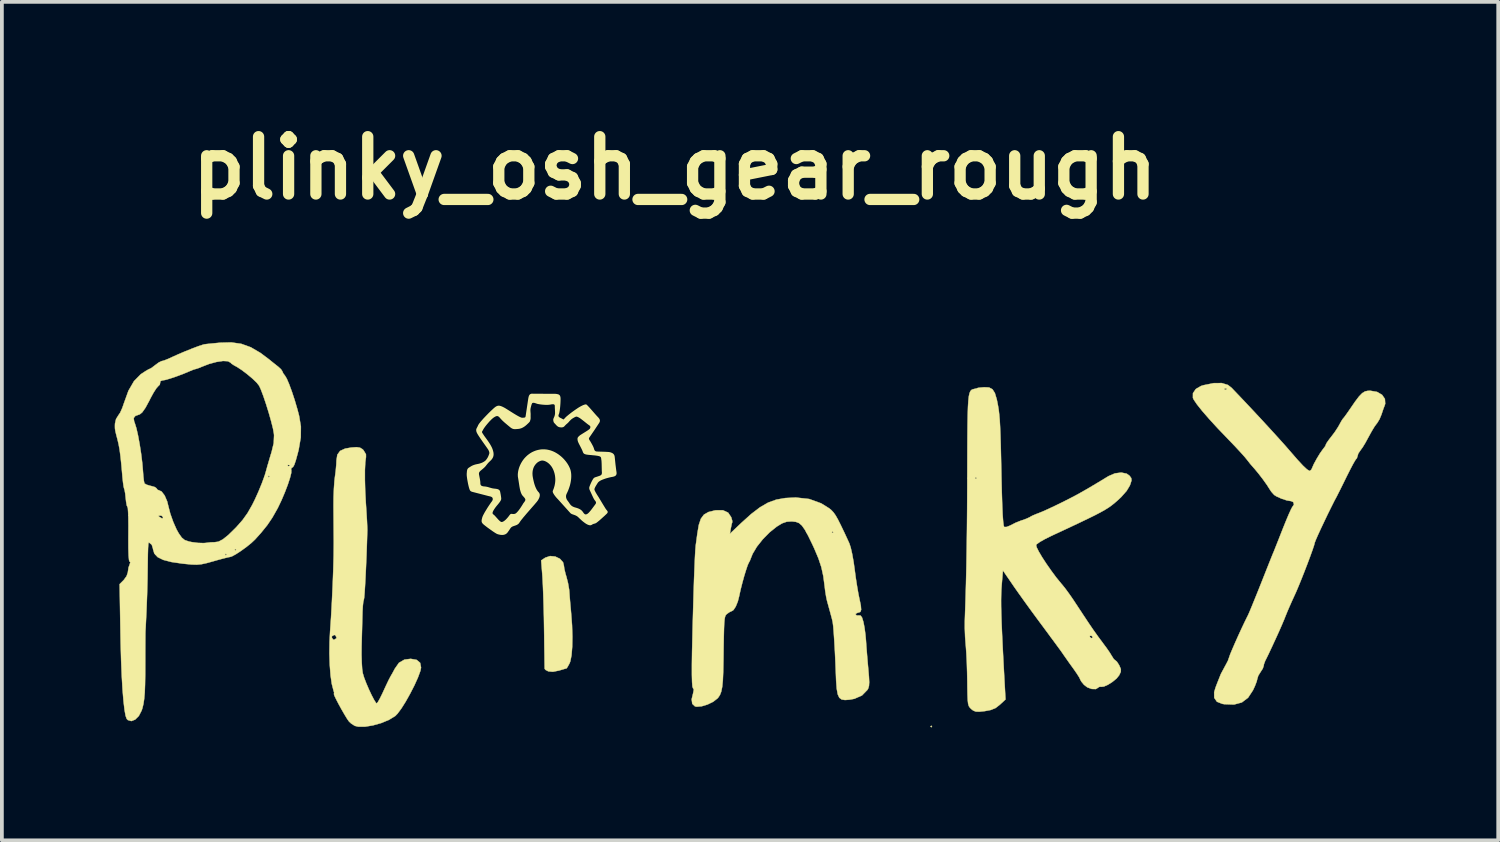
<source format=kicad_pcb>
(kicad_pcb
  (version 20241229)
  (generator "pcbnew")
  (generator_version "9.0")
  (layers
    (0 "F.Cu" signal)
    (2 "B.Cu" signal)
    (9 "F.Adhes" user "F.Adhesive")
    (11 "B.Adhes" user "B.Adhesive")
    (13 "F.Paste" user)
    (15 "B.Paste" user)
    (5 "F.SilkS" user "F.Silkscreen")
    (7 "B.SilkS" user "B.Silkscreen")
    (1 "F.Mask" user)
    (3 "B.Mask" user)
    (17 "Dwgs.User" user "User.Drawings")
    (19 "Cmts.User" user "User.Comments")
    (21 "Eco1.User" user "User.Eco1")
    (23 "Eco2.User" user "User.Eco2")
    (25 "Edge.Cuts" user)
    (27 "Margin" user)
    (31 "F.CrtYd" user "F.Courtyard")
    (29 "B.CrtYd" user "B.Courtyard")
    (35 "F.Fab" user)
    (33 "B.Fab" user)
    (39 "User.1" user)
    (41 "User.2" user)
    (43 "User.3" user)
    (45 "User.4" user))
  (footprint "plinky_osh_gear_rough"
    (layer "F.Cu")
    (at 14.991 11.418)
    (property "Reference" "plinky_osh_gear_rough" (at -0.1 -10 0) (layer "F.SilkS") (effects (font (size 1.524 1.524) (thickness 0.3))))
    (attr through_hole)
    (fp_poly (pts (xy 6.738 4.846) (xy 6.717 4.867) (xy 6.695 4.846) (xy 6.717 4.825) (xy 6.738 4.846)) (stroke (width 0.01) (type solid)) (fill yes) (layer "F.SilkS"))
    (fp_poly (pts (xy -3.279 0.328) (xy -3.156 0.387) (xy -3.072 0.481) (xy -3.05 0.568) (xy -3.038 0.657) (xy -3.006 0.789) (xy -2.983 0.865) (xy -2.94 1.034) (xy -2.91 1.209) (xy -2.905 1.267) (xy -2.896 1.399) (xy -2.88 1.582) (xy -2.862 1.782) (xy -2.857 1.839) (xy -2.833 2.158) (xy -2.824 2.46) (xy -2.829 2.729) (xy -2.847 2.952) (xy -2.879 3.113) (xy -2.899 3.166) (xy -2.947 3.254) (xy -2.976 3.299) (xy -2.978 3.3) (xy -3.02 3.311) (xy -3.117 3.34) (xy -3.178 3.358) (xy -3.342 3.391) (xy -3.463 3.38) (xy -3.463 3.38) (xy -3.538 3.341) (xy -3.561 3.311) (xy -3.562 3.261) (xy -3.564 3.139) (xy -3.566 2.956) (xy -3.57 2.724) (xy -3.573 2.457) (xy -3.576 2.262) (xy -3.581 1.948) (xy -3.589 1.637) (xy -3.598 1.345) (xy -3.608 1.093) (xy -3.618 0.899) (xy -3.622 0.838) (xy -3.654 0.43) (xy -3.543 0.357) (xy -3.416 0.315) (xy -3.279 0.328)) (stroke (width 0.01) (type solid)) (fill yes) (layer "F.SilkS"))
    (fp_poly (pts (xy -8.47 -2.566) (xy -8.403 -2.525) (xy -8.38 -2.503) (xy -8.312 -2.391) (xy -8.311 -2.318) (xy -8.33 -2.177) (xy -8.34 -1.969) (xy -8.34 -1.708) (xy -8.332 -1.411) (xy -8.315 -1.095) (xy -8.311 -1.038) (xy -8.297 -0.819) (xy -8.285 -0.62) (xy -8.278 -0.462) (xy -8.275 -0.366) (xy -8.276 -0.361) (xy -8.286 -0.036) (xy -8.297 0.284) (xy -8.31 0.588) (xy -8.323 0.865) (xy -8.336 1.104) (xy -8.348 1.294) (xy -8.359 1.422) (xy -8.369 1.479) (xy -8.37 1.481) (xy -8.383 1.53) (xy -8.395 1.642) (xy -8.404 1.796) (xy -8.405 1.841) (xy -8.41 2.024) (xy -8.416 2.259) (xy -8.423 2.513) (xy -8.428 2.708) (xy -8.43 2.932) (xy -8.424 3.144) (xy -8.413 3.319) (xy -8.397 3.428) (xy -8.361 3.547) (xy -8.304 3.696) (xy -8.235 3.857) (xy -8.163 4.01) (xy -8.097 4.136) (xy -8.047 4.215) (xy -8.026 4.232) (xy -7.995 4.196) (xy -7.941 4.101) (xy -7.873 3.963) (xy -7.846 3.904) (xy -7.773 3.746) (xy -7.709 3.612) (xy -7.664 3.526) (xy -7.657 3.513) (xy -7.61 3.432) (xy -7.551 3.322) (xy -7.545 3.31) (xy -7.435 3.153) (xy -7.291 3.069) (xy -7.122 3.047) (xy -6.964 3.075) (xy -6.871 3.154) (xy -6.847 3.28) (xy -6.864 3.365) (xy -6.93 3.544) (xy -7.024 3.752) (xy -7.136 3.971) (xy -7.254 4.182) (xy -7.37 4.366) (xy -7.472 4.504) (xy -7.535 4.568) (xy -7.7 4.669) (xy -7.905 4.754) (xy -8.125 4.816) (xy -8.336 4.851) (xy -8.515 4.851) (xy -8.608 4.829) (xy -8.705 4.767) (xy -8.762 4.714) (xy -8.811 4.645) (xy -8.879 4.533) (xy -8.958 4.397) (xy -9.036 4.255) (xy -9.103 4.126) (xy -9.15 4.029) (xy -9.165 3.98) (xy -9.163 3.978) (xy -9.158 3.945) (xy -9.178 3.877) (xy -9.22 3.714) (xy -9.253 3.486) (xy -9.274 3.21) (xy -9.284 2.906) (xy -9.28 2.591) (xy -9.274 2.476) (xy -9.222 2.476) (xy -9.188 2.532) (xy -9.158 2.539) (xy -9.102 2.505) (xy -9.095 2.476) (xy -9.129 2.419) (xy -9.158 2.412) (xy -9.215 2.446) (xy -9.222 2.476) (xy -9.274 2.476) (xy -9.267 2.339) (xy -9.24 1.943) (xy -9.217 1.521) (xy -9.197 1.094) (xy -9.181 0.682) (xy -9.171 0.307) (xy -9.168 -0.01) (xy -9.168 -0.086) (xy -9.17 -0.329) (xy -9.172 -0.612) (xy -9.174 -0.89) (xy -9.175 -1.017) (xy -9.173 -1.246) (xy -9.164 -1.477) (xy -9.15 -1.676) (xy -9.138 -1.779) (xy -9.115 -1.955) (xy -9.1 -2.127) (xy -9.096 -2.228) (xy -9.073 -2.379) (xy -9 -2.48) (xy -8.865 -2.542) (xy -8.702 -2.57) (xy -8.56 -2.58) (xy -8.47 -2.566)) (stroke (width 0.01) (type solid)) (fill yes) (layer "F.SilkS"))
    (fp_poly (pts (xy 3.471 -1.202) (xy 3.791 -1.086) (xy 4.006 -0.952) (xy 4.064 -0.903) (xy 4.117 -0.846) (xy 4.172 -0.769) (xy 4.234 -0.661) (xy 4.31 -0.51) (xy 4.408 -0.306) (xy 4.533 -0.035) (xy 4.539 -0.022) (xy 4.575 0.088) (xy 4.614 0.258) (xy 4.651 0.464) (xy 4.678 0.655) (xy 4.709 0.889) (xy 4.746 1.125) (xy 4.782 1.332) (xy 4.807 1.453) (xy 4.844 1.63) (xy 4.853 1.742) (xy 4.832 1.8) (xy 4.779 1.819) (xy 4.767 1.819) (xy 4.712 1.846) (xy 4.706 1.867) (xy 4.739 1.896) (xy 4.785 1.893) (xy 4.837 1.896) (xy 4.876 1.948) (xy 4.913 2.068) (xy 4.913 2.068) (xy 4.942 2.217) (xy 4.967 2.405) (xy 4.981 2.56) (xy 4.993 2.734) (xy 5.011 2.957) (xy 5.031 3.193) (xy 5.042 3.314) (xy 5.06 3.524) (xy 5.067 3.669) (xy 5.061 3.765) (xy 5.042 3.832) (xy 5.02 3.872) (xy 4.876 4.02) (xy 4.674 4.109) (xy 4.545 4.133) (xy 4.424 4.142) (xy 4.335 4.128) (xy 4.272 4.081) (xy 4.23 3.989) (xy 4.204 3.843) (xy 4.188 3.632) (xy 4.179 3.404) (xy 4.168 3.125) (xy 4.155 2.848) (xy 4.14 2.587) (xy 4.125 2.361) (xy 4.111 2.184) (xy 4.097 2.074) (xy 4.096 2.067) (xy 4.076 1.981) (xy 4.034 1.825) (xy 3.974 1.607) (xy 3.945 1.502) (xy 3.921 1.389) (xy 3.896 1.232) (xy 3.883 1.121) (xy 3.847 0.849) (xy 3.795 0.611) (xy 3.717 0.376) (xy 3.606 0.113) (xy 3.557 0.007) (xy 3.445 -0.223) (xy 3.393 -0.318) (xy 4.071 -0.318) (xy 4.092 -0.297) (xy 4.113 -0.318) (xy 4.092 -0.34) (xy 4.071 -0.318) (xy 3.393 -0.318) (xy 3.355 -0.387) (xy 3.278 -0.496) (xy 3.202 -0.562) (xy 3.119 -0.594) (xy 3.017 -0.606) (xy 3.006 -0.607) (xy 2.874 -0.598) (xy 2.751 -0.555) (xy 2.61 -0.469) (xy 2.42 -0.317) (xy 2.237 -0.131) (xy 2.08 0.067) (xy 1.968 0.255) (xy 1.932 0.344) (xy 1.895 0.439) (xy 1.869 0.486) (xy 1.838 0.552) (xy 1.795 0.679) (xy 1.744 0.844) (xy 1.694 1.026) (xy 1.649 1.203) (xy 1.616 1.352) (xy 1.613 1.369) (xy 1.574 1.522) (xy 1.519 1.657) (xy 1.459 1.749) (xy 1.413 1.778) (xy 1.359 1.802) (xy 1.298 1.844) (xy 1.271 1.865) (xy 1.25 1.892) (xy 1.234 1.933) (xy 1.222 1.998) (xy 1.213 2.098) (xy 1.207 2.242) (xy 1.202 2.439) (xy 1.197 2.7) (xy 1.193 3.035) (xy 1.192 3.089) (xy 1.186 3.391) (xy 1.176 3.621) (xy 1.159 3.792) (xy 1.134 3.917) (xy 1.099 4.008) (xy 1.052 4.079) (xy 1.036 4.097) (xy 0.921 4.187) (xy 0.77 4.261) (xy 0.612 4.309) (xy 0.478 4.32) (xy 0.435 4.311) (xy 0.363 4.243) (xy 0.347 4.122) (xy 0.386 3.961) (xy 0.405 3.862) (xy 0.382 3.827) (xy 0.367 3.781) (xy 0.358 3.662) (xy 0.353 3.469) (xy 0.353 3.197) (xy 0.358 2.845) (xy 0.362 2.693) (xy 0.373 2.201) (xy 0.386 1.741) (xy 0.398 1.318) (xy 0.41 0.941) (xy 0.423 0.617) (xy 0.434 0.353) (xy 0.445 0.157) (xy 0.455 0.037) (xy 0.457 0.02) (xy 0.475 -0.109) (xy 0.495 -0.259) (xy 0.497 -0.276) (xy 0.537 -0.512) (xy 0.592 -0.677) (xy 0.674 -0.787) (xy 0.794 -0.856) (xy 0.964 -0.898) (xy 0.994 -0.903) (xy 1.18 -0.902) (xy 1.317 -0.839) (xy 1.398 -0.718) (xy 1.424 -0.63) (xy 1.427 -0.587) (xy 1.412 -0.54) (xy 1.392 -0.443) (xy 1.388 -0.424) (xy 1.362 -0.276) (xy 1.667 -0.566) (xy 1.931 -0.804) (xy 2.163 -0.981) (xy 2.379 -1.106) (xy 2.597 -1.185) (xy 2.834 -1.227) (xy 3.106 -1.241) (xy 3.118 -1.241) (xy 3.471 -1.202)) (stroke (width 0.01) (type solid)) (fill yes) (layer "F.SilkS"))
    (fp_poly (pts (xy 14.603 -4.234) (xy 14.701 -4.158) (xy 14.965 -3.881) (xy 15.232 -3.598) (xy 15.492 -3.319) (xy 15.734 -3.056) (xy 15.948 -2.821) (xy 16.125 -2.624) (xy 16.253 -2.477) (xy 16.449 -2.251) (xy 16.599 -2.089) (xy 16.705 -1.99) (xy 16.771 -1.95) (xy 16.781 -1.948) (xy 16.821 -1.983) (xy 16.84 -2.022) (xy 16.886 -2.128) (xy 16.962 -2.268) (xy 17.047 -2.409) (xy 17.123 -2.517) (xy 17.139 -2.537) (xy 17.192 -2.608) (xy 17.206 -2.646) (xy 17.231 -2.696) (xy 17.295 -2.786) (xy 17.348 -2.854) (xy 17.449 -2.988) (xy 17.538 -3.125) (xy 17.566 -3.176) (xy 17.621 -3.276) (xy 17.663 -3.339) (xy 17.669 -3.345) (xy 17.705 -3.389) (xy 17.773 -3.483) (xy 17.853 -3.599) (xy 17.988 -3.796) (xy 18.091 -3.931) (xy 18.174 -4.016) (xy 18.249 -4.062) (xy 18.328 -4.079) (xy 18.39 -4.08) (xy 18.568 -4.049) (xy 18.701 -3.972) (xy 18.777 -3.863) (xy 18.785 -3.733) (xy 18.769 -3.684) (xy 18.738 -3.604) (xy 18.698 -3.485) (xy 18.688 -3.454) (xy 18.635 -3.325) (xy 18.571 -3.22) (xy 18.559 -3.206) (xy 18.501 -3.128) (xy 18.424 -3) (xy 18.343 -2.852) (xy 18.342 -2.851) (xy 18.262 -2.703) (xy 18.185 -2.576) (xy 18.128 -2.498) (xy 18.128 -2.497) (xy 18.07 -2.413) (xy 18.053 -2.355) (xy 18.031 -2.284) (xy 18.015 -2.269) (xy 17.983 -2.223) (xy 17.923 -2.118) (xy 17.844 -1.967) (xy 17.755 -1.79) (xy 17.665 -1.606) (xy 17.586 -1.447) (xy 17.526 -1.329) (xy 17.497 -1.271) (xy 17.431 -1.148) (xy 17.349 -0.984) (xy 17.256 -0.796) (xy 17.162 -0.599) (xy 17.072 -0.409) (xy 16.996 -0.243) (xy 16.94 -0.115) (xy 16.912 -0.042) (xy 16.91 -0.033) (xy 16.895 0.025) (xy 16.855 0.146) (xy 16.795 0.312) (xy 16.722 0.508) (xy 16.642 0.716) (xy 16.561 0.921) (xy 16.486 1.105) (xy 16.423 1.254) (xy 16.407 1.29) (xy 16.31 1.502) (xy 16.239 1.662) (xy 16.181 1.797) (xy 16.127 1.93) (xy 16.104 1.989) (xy 16.049 2.12) (xy 15.97 2.301) (xy 15.876 2.508) (xy 15.779 2.718) (xy 15.69 2.908) (xy 15.618 3.055) (xy 15.595 3.099) (xy 15.561 3.191) (xy 15.555 3.231) (xy 15.531 3.304) (xy 15.472 3.396) (xy 15.471 3.397) (xy 15.411 3.494) (xy 15.386 3.575) (xy 15.368 3.649) (xy 15.322 3.769) (xy 15.27 3.882) (xy 15.14 4.08) (xy 14.974 4.206) (xy 14.766 4.262) (xy 14.509 4.253) (xy 14.455 4.244) (xy 14.312 4.188) (xy 14.24 4.084) (xy 14.238 3.934) (xy 14.275 3.809) (xy 14.301 3.741) (xy 14.307 3.724) (xy 14.417 3.448) (xy 14.536 3.226) (xy 14.542 3.216) (xy 14.605 3.096) (xy 14.639 2.997) (xy 14.665 2.923) (xy 14.72 2.792) (xy 14.794 2.621) (xy 14.88 2.429) (xy 14.969 2.235) (xy 15.053 2.058) (xy 15.123 1.916) (xy 15.132 1.9) (xy 15.163 1.831) (xy 15.221 1.694) (xy 15.3 1.5) (xy 15.397 1.261) (xy 15.506 0.988) (xy 15.623 0.692) (xy 15.646 0.634) (xy 15.71 0.473) (xy 15.766 0.333) (xy 15.803 0.242) (xy 15.808 0.232) (xy 15.836 0.163) (xy 15.888 0.032) (xy 15.958 -0.144) (xy 16.038 -0.348) (xy 16.064 -0.414) (xy 16.146 -0.617) (xy 16.219 -0.791) (xy 16.278 -0.92) (xy 16.315 -0.991) (xy 16.322 -0.999) (xy 16.36 -1.058) (xy 16.34 -1.121) (xy 16.286 -1.145) (xy 16.169 -1.165) (xy 16.024 -1.213) (xy 15.892 -1.273) (xy 15.835 -1.309) (xy 15.759 -1.393) (xy 15.714 -1.461) (xy 15.64 -1.577) (xy 15.534 -1.726) (xy 15.416 -1.879) (xy 15.311 -2.006) (xy 15.29 -2.029) (xy 15.196 -2.137) (xy 15.103 -2.256) (xy 15.102 -2.257) (xy 15.039 -2.333) (xy 14.929 -2.455) (xy 14.789 -2.606) (xy 14.63 -2.771) (xy 14.592 -2.811) (xy 14.329 -3.085) (xy 14.103 -3.332) (xy 13.918 -3.545) (xy 13.781 -3.717) (xy 13.696 -3.842) (xy 13.673 -3.89) (xy 13.674 -4.014) (xy 13.748 -4.123) (xy 13.769 -4.136) (xy 14.511 -4.136) (xy 14.517 -4.11) (xy 14.539 -4.107) (xy 14.574 -4.123) (xy 14.568 -4.136) (xy 14.517 -4.141) (xy 14.511 -4.136) (xy 13.769 -4.136) (xy 13.887 -4.206) (xy 13.954 -4.227) (xy 14.226 -4.282) (xy 14.439 -4.284) (xy 14.603 -4.234)) (stroke (width 0.01) (type solid)) (fill yes) (layer "F.SilkS"))
    (fp_poly (pts (xy 8.253 -4.167) (xy 8.343 -4.12) (xy 8.408 -4.019) (xy 8.458 -3.851) (xy 8.471 -3.789) (xy 8.492 -3.68) (xy 8.51 -3.57) (xy 8.524 -3.448) (xy 8.537 -3.303) (xy 8.547 -3.127) (xy 8.556 -2.908) (xy 8.564 -2.636) (xy 8.572 -2.302) (xy 8.581 -1.895) (xy 8.582 -1.821) (xy 8.592 -1.396) (xy 8.603 -1.053) (xy 8.614 -0.791) (xy 8.628 -0.605) (xy 8.642 -0.495) (xy 8.656 -0.458) (xy 8.721 -0.459) (xy 8.818 -0.498) (xy 8.832 -0.506) (xy 8.961 -0.571) (xy 9.109 -0.63) (xy 9.13 -0.636) (xy 9.247 -0.678) (xy 9.332 -0.717) (xy 9.345 -0.726) (xy 9.412 -0.762) (xy 9.523 -0.808) (xy 9.561 -0.822) (xy 9.668 -0.865) (xy 9.827 -0.936) (xy 10.016 -1.025) (xy 10.194 -1.112) (xy 10.385 -1.208) (xy 10.559 -1.299) (xy 10.734 -1.396) (xy 10.928 -1.508) (xy 11.158 -1.645) (xy 11.43 -1.81) (xy 11.599 -1.883) (xy 11.768 -1.905) (xy 11.913 -1.875) (xy 11.989 -1.82) (xy 12.033 -1.758) (xy 12.041 -1.697) (xy 12.012 -1.604) (xy 11.997 -1.562) (xy 11.911 -1.418) (xy 11.764 -1.252) (xy 11.67 -1.164) (xy 11.59 -1.095) (xy 11.514 -1.034) (xy 11.432 -0.975) (xy 11.335 -0.915) (xy 11.216 -0.848) (xy 11.065 -0.769) (xy 10.873 -0.675) (xy 10.633 -0.56) (xy 10.334 -0.419) (xy 9.968 -0.249) (xy 9.901 -0.217) (xy 9.739 -0.137) (xy 9.607 -0.062) (xy 9.524 -0.003) (xy 9.505 0.019) (xy 9.518 0.08) (xy 9.574 0.193) (xy 9.663 0.344) (xy 9.777 0.519) (xy 9.905 0.702) (xy 10.037 0.881) (xy 10.166 1.039) (xy 10.199 1.077) (xy 10.276 1.173) (xy 10.379 1.313) (xy 10.488 1.47) (xy 10.508 1.5) (xy 10.635 1.693) (xy 10.777 1.908) (xy 10.901 2.095) (xy 11.022 2.273) (xy 11.156 2.461) (xy 11.273 2.618) (xy 11.277 2.624) (xy 11.379 2.761) (xy 11.467 2.889) (xy 11.518 2.973) (xy 11.57 3.055) (xy 11.612 3.089) (xy 11.612 3.089) (xy 11.652 3.123) (xy 11.706 3.206) (xy 11.715 3.222) (xy 11.757 3.319) (xy 11.755 3.393) (xy 11.711 3.486) (xy 11.643 3.57) (xy 11.536 3.658) (xy 11.417 3.734) (xy 11.308 3.783) (xy 11.233 3.792) (xy 11.226 3.788) (xy 11.174 3.795) (xy 11.162 3.808) (xy 11.092 3.851) (xy 10.983 3.848) (xy 10.866 3.805) (xy 10.779 3.739) (xy 10.71 3.656) (xy 10.676 3.597) (xy 10.675 3.591) (xy 10.652 3.542) (xy 10.59 3.444) (xy 10.504 3.319) (xy 10.495 3.307) (xy 10.395 3.169) (xy 10.308 3.045) (xy 10.251 2.964) (xy 10.223 2.923) (xy 10.19 2.875) (xy 10.145 2.812) (xy 10.081 2.725) (xy 9.992 2.604) (xy 9.88 2.452) (xy 10.929 2.452) (xy 10.96 2.495) (xy 10.971 2.497) (xy 11.012 2.482) (xy 11.013 2.478) (xy 10.984 2.442) (xy 10.971 2.433) (xy 10.932 2.437) (xy 10.929 2.452) (xy 9.88 2.452) (xy 9.872 2.441) (xy 9.713 2.226) (xy 9.545 2) (xy 9.379 1.774) (xy 9.208 1.538) (xy 9.047 1.313) (xy 8.914 1.124) (xy 8.876 1.068) (xy 8.622 0.698) (xy 8.59 1.079) (xy 8.581 1.203) (xy 8.576 1.335) (xy 8.573 1.483) (xy 8.574 1.655) (xy 8.579 1.86) (xy 8.587 2.106) (xy 8.6 2.403) (xy 8.617 2.759) (xy 8.639 3.183) (xy 8.665 3.661) (xy 8.691 4.127) (xy 8.543 4.264) (xy 8.428 4.354) (xy 8.299 4.407) (xy 8.141 4.437) (xy 7.992 4.453) (xy 7.898 4.449) (xy 7.829 4.42) (xy 7.783 4.384) (xy 7.744 4.346) (xy 7.716 4.304) (xy 7.697 4.241) (xy 7.686 4.144) (xy 7.68 3.999) (xy 7.676 3.79) (xy 7.675 3.661) (xy 7.67 3.402) (xy 7.662 3.141) (xy 7.65 2.904) (xy 7.637 2.719) (xy 7.634 2.687) (xy 7.617 2.468) (xy 7.608 2.228) (xy 7.609 2.031) (xy 7.626 1.53) (xy 7.64 1.052) (xy 7.651 0.582) (xy 7.659 0.103) (xy 7.666 -0.401) (xy 7.671 -0.947) (xy 7.674 -1.552) (xy 7.674 -1.758) (xy 7.881 -1.758) (xy 7.902 -1.737) (xy 7.923 -1.758) (xy 7.902 -1.779) (xy 7.881 -1.758) (xy 7.674 -1.758) (xy 7.675 -1.967) (xy 7.676 -2.446) (xy 7.678 -2.847) (xy 7.681 -3.177) (xy 7.686 -3.444) (xy 7.693 -3.654) (xy 7.703 -3.814) (xy 7.716 -3.932) (xy 7.734 -4.014) (xy 7.756 -4.068) (xy 7.783 -4.1) (xy 7.817 -4.117) (xy 7.857 -4.127) (xy 7.861 -4.128) (xy 7.929 -4.144) (xy 7.944 -4.152) (xy 7.982 -4.16) (xy 8.077 -4.169) (xy 8.126 -4.173) (xy 8.253 -4.167)) (stroke (width 0.01) (type solid)) (fill yes) (layer "F.SilkS"))
    (fp_poly (pts (xy -11.626 -5.327) (xy -11.374 -5.236) (xy -11.116 -5.085) (xy -10.888 -4.914) (xy -10.77 -4.818) (xy -10.657 -4.729) (xy -10.647 -4.721) (xy -10.571 -4.652) (xy -10.536 -4.599) (xy -10.536 -4.597) (xy -10.509 -4.538) (xy -10.466 -4.483) (xy -10.417 -4.401) (xy -10.354 -4.254) (xy -10.282 -4.059) (xy -10.207 -3.832) (xy -10.136 -3.591) (xy -10.089 -3.412) (xy -10.042 -3.129) (xy -10.045 -2.839) (xy -10.1 -2.517) (xy -10.127 -2.411) (xy -10.178 -2.225) (xy -10.218 -2.109) (xy -10.252 -2.05) (xy -10.283 -2.033) (xy -10.303 -2.002) (xy -10.296 -1.972) (xy -10.298 -1.896) (xy -10.332 -1.761) (xy -10.39 -1.584) (xy -10.467 -1.382) (xy -10.556 -1.172) (xy -10.652 -0.971) (xy -10.673 -0.932) (xy -10.8 -0.708) (xy -10.935 -0.508) (xy -11.101 -0.303) (xy -11.261 -0.125) (xy -11.361 -0.031) (xy -11.493 0.075) (xy -11.635 0.178) (xy -11.77 0.266) (xy -11.875 0.323) (xy -11.923 0.338) (xy -11.982 0.349) (xy -12.102 0.379) (xy -12.262 0.422) (xy -12.363 0.451) (xy -12.547 0.502) (xy -12.685 0.532) (xy -12.808 0.544) (xy -12.947 0.54) (xy -13.131 0.522) (xy -13.19 0.516) (xy -13.484 0.473) (xy -13.702 0.416) (xy -13.85 0.343) (xy -13.914 0.274) (xy -12.058 0.274) (xy -12.037 0.295) (xy -12.016 0.274) (xy -12.037 0.253) (xy -12.058 0.274) (xy -13.914 0.274) (xy -13.939 0.247) (xy -13.968 0.147) (xy -11.804 0.147) (xy -11.783 0.168) (xy -11.762 0.147) (xy -11.783 0.126) (xy -11.804 0.147) (xy -13.968 0.147) (xy -13.974 0.127) (xy -13.974 0.119) (xy -14.006 0.015) (xy -14.072 -0.04) (xy -14.09 -0.043) (xy -14.098 -0.003) (xy -14.105 0.106) (xy -14.11 0.269) (xy -14.113 0.471) (xy -14.114 0.539) (xy -14.119 0.909) (xy -14.13 1.333) (xy -14.147 1.776) (xy -14.168 2.208) (xy -14.174 2.306) (xy -14.176 2.375) (xy -14.177 2.513) (xy -14.178 2.704) (xy -14.179 2.931) (xy -14.179 3.113) (xy -14.18 3.458) (xy -14.185 3.732) (xy -14.193 3.946) (xy -14.208 4.113) (xy -14.228 4.247) (xy -14.255 4.359) (xy -14.275 4.42) (xy -14.35 4.565) (xy -14.447 4.662) (xy -14.549 4.702) (xy -14.641 4.675) (xy -14.671 4.645) (xy -14.702 4.562) (xy -14.731 4.4) (xy -14.758 4.166) (xy -14.783 3.865) (xy -14.804 3.503) (xy -14.821 3.087) (xy -14.834 2.622) (xy -14.839 2.362) (xy -14.861 1.062) (xy -14.751 0.952) (xy -14.676 0.849) (xy -14.641 0.745) (xy -14.641 0.735) (xy -14.623 0.617) (xy -14.597 0.547) (xy -14.576 0.479) (xy -14.595 0.465) (xy -14.611 0.423) (xy -14.622 0.304) (xy -14.628 0.111) (xy -14.629 -0.148) (xy -14.628 -0.255) (xy -14.627 -0.492) (xy -14.629 -0.698) (xy -14.631 -0.755) (xy -13.832 -0.755) (xy -13.802 -0.726) (xy -13.794 -0.721) (xy -13.73 -0.684) (xy -13.711 -0.695) (xy -13.709 -0.721) (xy -13.744 -0.756) (xy -13.783 -0.762) (xy -13.832 -0.755) (xy -14.631 -0.755) (xy -14.635 -0.857) (xy -14.642 -0.958) (xy -14.65 -0.985) (xy -14.671 -1.03) (xy -14.689 -1.132) (xy -14.698 -1.214) (xy -14.712 -1.346) (xy -14.729 -1.443) (xy -14.739 -1.47) (xy -14.754 -1.53) (xy -14.771 -1.648) (xy -14.787 -1.8) (xy -14.787 -1.803) (xy -14.813 -2.1) (xy -14.837 -2.33) (xy -14.861 -2.511) (xy -14.888 -2.659) (xy -14.915 -2.774) (xy -14.954 -2.923) (xy -14.976 -3.017) (xy -14.985 -3.083) (xy -14.986 -3.146) (xy -14.984 -3.206) (xy -14.956 -3.327) (xy -14.939 -3.354) (xy -14.488 -3.354) (xy -14.474 -3.262) (xy -14.456 -3.215) (xy -14.415 -3.083) (xy -14.371 -2.889) (xy -14.328 -2.655) (xy -14.289 -2.404) (xy -14.259 -2.158) (xy -14.242 -1.961) (xy -14.23 -1.805) (xy -14.216 -1.683) (xy -14.201 -1.618) (xy -14.2 -1.616) (xy -14.146 -1.583) (xy -14.044 -1.552) (xy -14.027 -1.549) (xy -13.929 -1.521) (xy -13.88 -1.487) (xy -13.879 -1.481) (xy -13.846 -1.442) (xy -13.831 -1.44) (xy -13.745 -1.401) (xy -13.664 -1.295) (xy -13.597 -1.139) (xy -13.566 -1.014) (xy -13.514 -0.813) (xy -13.435 -0.591) (xy -13.346 -0.39) (xy -13.29 -0.29) (xy -13.209 -0.175) (xy -13.13 -0.11) (xy -13.019 -0.072) (xy -12.942 -0.056) (xy -12.781 -0.035) (xy -12.628 -0.03) (xy -12.566 -0.035) (xy -12.441 -0.05) (xy -12.341 -0.053) (xy -12.338 -0.053) (xy -12.235 -0.067) (xy -12.116 -0.129) (xy -11.972 -0.244) (xy -11.791 -0.421) (xy -11.754 -0.459) (xy -11.593 -0.642) (xy -11.461 -0.826) (xy -11.337 -1.043) (xy -11.261 -1.196) (xy -11.167 -1.405) (xy -11.079 -1.62) (xy -11.013 -1.8) (xy -10.915 -1.8) (xy -10.894 -1.779) (xy -10.873 -1.8) (xy -10.894 -1.821) (xy -10.915 -1.8) (xy -11.013 -1.8) (xy -11.009 -1.809) (xy -10.979 -1.909) (xy -10.925 -2.104) (xy -10.393 -2.104) (xy -10.387 -2.078) (xy -10.365 -2.075) (xy -10.33 -2.091) (xy -10.337 -2.104) (xy -10.387 -2.109) (xy -10.393 -2.104) (xy -10.925 -2.104) (xy -10.923 -2.108) (xy -10.859 -2.327) (xy -10.821 -2.451) (xy -10.764 -2.687) (xy -10.755 -2.895) (xy -10.759 -2.938) (xy -10.784 -3.078) (xy -10.833 -3.272) (xy -10.897 -3.497) (xy -10.969 -3.729) (xy -11.042 -3.945) (xy -11.109 -4.121) (xy -11.152 -4.213) (xy -11.217 -4.296) (xy -11.332 -4.406) (xy -11.474 -4.525) (xy -11.622 -4.636) (xy -11.752 -4.72) (xy -11.81 -4.75) (xy -11.886 -4.799) (xy -11.908 -4.824) (xy -11.98 -4.865) (xy -12.111 -4.872) (xy -12.285 -4.846) (xy -12.485 -4.792) (xy -12.678 -4.717) (xy -12.777 -4.677) (xy -12.838 -4.658) (xy -12.841 -4.658) (xy -12.897 -4.642) (xy -12.992 -4.603) (xy -13.004 -4.598) (xy -13.173 -4.527) (xy -13.353 -4.46) (xy -13.52 -4.404) (xy -13.653 -4.366) (xy -13.723 -4.355) (xy -13.78 -4.334) (xy -13.781 -4.303) (xy -13.794 -4.24) (xy -13.832 -4.204) (xy -13.883 -4.147) (xy -13.956 -4.034) (xy -14.038 -3.885) (xy -14.071 -3.818) (xy -14.173 -3.629) (xy -14.26 -3.505) (xy -14.323 -3.454) (xy -14.442 -3.411) (xy -14.488 -3.354) (xy -14.939 -3.354) (xy -14.9 -3.418) (xy -14.845 -3.499) (xy -14.787 -3.63) (xy -14.748 -3.744) (xy -14.627 -4.079) (xy -14.478 -4.336) (xy -14.3 -4.517) (xy -14.278 -4.532) (xy -14.17 -4.603) (xy -14.091 -4.649) (xy -14.068 -4.658) (xy -14.02 -4.682) (xy -13.937 -4.744) (xy -13.913 -4.763) (xy -13.819 -4.832) (xy -13.745 -4.868) (xy -13.735 -4.869) (xy -13.671 -4.887) (xy -13.559 -4.932) (xy -13.453 -4.981) (xy -13.298 -5.051) (xy -13.117 -5.128) (xy -12.932 -5.202) (xy -12.768 -5.264) (xy -12.646 -5.304) (xy -12.609 -5.314) (xy -12.539 -5.323) (xy -12.409 -5.336) (xy -12.244 -5.352) (xy -12.194 -5.357) (xy -11.893 -5.365) (xy -11.626 -5.327)) (stroke (width 0.01) (type solid)) (fill yes) (layer "F.SilkS"))
    (fp_poly (pts (xy -3.886 -4.002) (xy -3.877 -4.001) (xy -3.275 -3.998) (xy -3.247 -3.995) (xy -3.235 -3.993) (xy -3.223 -3.99) (xy -3.211 -3.988) (xy -3.206 -3.986) (xy -3.201 -3.985) (xy -3.196 -3.983) (xy -3.191 -3.981) (xy -3.187 -3.979) (xy -3.183 -3.977) (xy -3.179 -3.974) (xy -3.175 -3.971) (xy -3.171 -3.968) (xy -3.167 -3.965) (xy -3.164 -3.962) (xy -3.161 -3.958) (xy -3.158 -3.954) (xy -3.155 -3.949) (xy -3.153 -3.945) (xy -3.15 -3.94) (xy -3.148 -3.934) (xy -3.146 -3.929) (xy -3.145 -3.922) (xy -3.143 -3.916) (xy -3.142 -3.909) (xy -3.14 -3.902) (xy -3.139 -3.884) (xy -3.138 -3.862) (xy -3.139 -3.807) (xy -3.142 -3.742) (xy -3.147 -3.673) (xy -3.154 -3.606) (xy -3.162 -3.545) (xy -3.167 -3.519) (xy -3.171 -3.497) (xy -3.175 -3.479) (xy -3.18 -3.467) (xy -3.184 -3.457) (xy -3.186 -3.453) (xy -3.187 -3.449) (xy -3.189 -3.445) (xy -3.19 -3.441) (xy -3.191 -3.437) (xy -3.192 -3.433) (xy -3.193 -3.429) (xy -3.193 -3.426) (xy -3.194 -3.422) (xy -3.194 -3.419) (xy -3.194 -3.416) (xy -3.194 -3.412) (xy -3.193 -3.409) (xy -3.193 -3.406) (xy -3.192 -3.404) (xy -3.191 -3.401) (xy -3.19 -3.398) (xy -3.189 -3.395) (xy -3.188 -3.393) (xy -3.186 -3.39) (xy -3.184 -3.388) (xy -3.182 -3.385) (xy -3.18 -3.383) (xy -3.178 -3.381) (xy -3.175 -3.378) (xy -3.172 -3.376) (xy -3.169 -3.374) (xy -3.166 -3.372) (xy -3.163 -3.37) (xy -3.159 -3.368) (xy -3.152 -3.364) (xy -3.146 -3.36) (xy -3.141 -3.358) (xy -3.136 -3.355) (xy -3.128 -3.351) (xy -3.121 -3.348) (xy -3.115 -3.345) (xy -3.111 -3.343) (xy -3.108 -3.342) (xy -3.104 -3.339) (xy -3.099 -3.337) (xy -3.094 -3.334) (xy -3.088 -3.33) (xy -3.082 -3.327) (xy -3.077 -3.324) (xy -3.073 -3.321) (xy -3.071 -3.32) (xy -3.069 -3.32) (xy -3.067 -3.319) (xy -3.065 -3.319) (xy -3.064 -3.319) (xy -3.062 -3.319) (xy -3.06 -3.319) (xy -3.058 -3.319) (xy -3.057 -3.32) (xy -3.055 -3.321) (xy -3.053 -3.322) (xy -3.051 -3.323) (xy -3.047 -3.327) (xy -3.043 -3.331) (xy -3.037 -3.337) (xy -3.008 -3.369) (xy -2.994 -3.383) (xy -2.974 -3.401) (xy -2.916 -3.449) (xy -2.841 -3.507) (xy -2.756 -3.568) (xy -2.712 -3.598) (xy -2.669 -3.627) (xy -2.626 -3.653) (xy -2.585 -3.675) (xy -2.547 -3.694) (xy -2.513 -3.707) (xy -2.497 -3.712) (xy -2.483 -3.715) (xy -2.47 -3.717) (xy -2.458 -3.717) (xy -2.455 -3.716) (xy -2.451 -3.713) (xy -2.44 -3.704) (xy -2.425 -3.691) (xy -2.408 -3.673) (xy -2.366 -3.628) (xy -2.319 -3.575) (xy -2.223 -3.465) (xy -2.183 -3.42) (xy -2.152 -3.387) (xy -2.143 -3.378) (xy -2.135 -3.369) (xy -2.127 -3.36) (xy -2.12 -3.351) (xy -2.113 -3.342) (xy -2.107 -3.333) (xy -2.102 -3.324) (xy -2.1 -3.319) (xy -2.098 -3.314) (xy -2.097 -3.31) (xy -2.095 -3.305) (xy -2.094 -3.301) (xy -2.093 -3.296) (xy -2.093 -3.291) (xy -2.092 -3.287) (xy -2.092 -3.282) (xy -2.092 -3.277) (xy -2.093 -3.272) (xy -2.094 -3.267) (xy -2.095 -3.262) (xy -2.096 -3.257) (xy -2.098 -3.252) (xy -2.1 -3.247) (xy -2.102 -3.242) (xy -2.105 -3.237) (xy -2.124 -3.206) (xy -2.156 -3.158) (xy -2.238 -3.034) (xy -2.364 -2.85) (xy -2.371 -2.84) (xy -2.374 -2.835) (xy -2.377 -2.83) (xy -2.38 -2.826) (xy -2.382 -2.821) (xy -2.382 -2.819) (xy -2.383 -2.817) (xy -2.384 -2.814) (xy -2.384 -2.812) (xy -2.384 -2.809) (xy -2.384 -2.807) (xy -2.384 -2.804) (xy -2.384 -2.801) (xy -2.383 -2.798) (xy -2.382 -2.796) (xy -2.381 -2.792) (xy -2.38 -2.789) (xy -2.379 -2.786) (xy -2.377 -2.782) (xy -2.375 -2.778) (xy -2.373 -2.774) (xy -2.368 -2.766) (xy -2.362 -2.757) (xy -2.347 -2.734) (xy -2.331 -2.707) (xy -2.314 -2.677) (xy -2.297 -2.646) (xy -2.281 -2.616) (xy -2.267 -2.587) (xy -2.262 -2.574) (xy -2.257 -2.561) (xy -2.253 -2.551) (xy -2.25 -2.541) (xy -2.248 -2.533) (xy -2.246 -2.526) (xy -2.244 -2.519) (xy -2.241 -2.512) (xy -2.238 -2.506) (xy -2.237 -2.503) (xy -2.235 -2.5) (xy -2.234 -2.498) (xy -2.232 -2.495) (xy -2.231 -2.493) (xy -2.229 -2.491) (xy -2.227 -2.488) (xy -2.225 -2.486) (xy -2.223 -2.484) (xy -2.221 -2.482) (xy -2.219 -2.481) (xy -2.217 -2.479) (xy -2.215 -2.477) (xy -2.212 -2.476) (xy -2.21 -2.474) (xy -2.207 -2.473) (xy -2.205 -2.472) (xy -2.202 -2.471) (xy -2.199 -2.47) (xy -2.196 -2.469) (xy -2.193 -2.468) (xy -2.19 -2.467) (xy -2.181 -2.465) (xy -2.167 -2.464) (xy -2.126 -2.462) (xy -2.013 -2.459) (xy -1.953 -2.457) (xy -1.897 -2.454) (xy -1.852 -2.451) (xy -1.836 -2.448) (xy -1.824 -2.446) (xy -1.804 -2.44) (xy -1.795 -2.437) (xy -1.785 -2.433) (xy -1.775 -2.428) (xy -1.765 -2.424) (xy -1.756 -2.418) (xy -1.751 -2.415) (xy -1.746 -2.412) (xy -1.742 -2.408) (xy -1.738 -2.405) (xy -1.734 -2.401) (xy -1.73 -2.397) (xy -1.726 -2.392) (xy -1.722 -2.388) (xy -1.719 -2.383) (xy -1.716 -2.377) (xy -1.713 -2.372) (xy -1.71 -2.366) (xy -1.708 -2.36) (xy -1.705 -2.353) (xy -1.703 -2.347) (xy -1.702 -2.339) (xy -1.7 -2.332) (xy -1.699 -2.324) (xy -1.678 -2.122) (xy -1.664 -2.008) (xy -1.658 -1.961) (xy -1.652 -1.924) (xy -1.65 -1.91) (xy -1.65 -1.903) (xy -1.649 -1.896) (xy -1.649 -1.89) (xy -1.649 -1.884) (xy -1.649 -1.878) (xy -1.65 -1.872) (xy -1.651 -1.866) (xy -1.652 -1.861) (xy -1.654 -1.856) (xy -1.655 -1.851) (xy -1.658 -1.847) (xy -1.66 -1.842) (xy -1.662 -1.838) (xy -1.665 -1.834) (xy -1.669 -1.83) (xy -1.672 -1.826) (xy -1.676 -1.823) (xy -1.68 -1.819) (xy -1.685 -1.816) (xy -1.689 -1.813) (xy -1.695 -1.81) (xy -1.7 -1.808) (xy -1.706 -1.805) (xy -1.712 -1.803) (xy -1.718 -1.8) (xy -1.725 -1.798) (xy -1.739 -1.795) (xy -1.755 -1.791) (xy -1.795 -1.784) (xy -1.847 -1.772) (xy -1.905 -1.757) (xy -1.935 -1.748) (xy -1.965 -1.738) (xy -1.995 -1.727) (xy -2.024 -1.716) (xy -2.052 -1.704) (xy -2.077 -1.691) (xy -2.1 -1.677) (xy -2.111 -1.67) (xy -2.12 -1.662) (xy -2.129 -1.655) (xy -2.137 -1.647) (xy -2.143 -1.64) (xy -2.149 -1.632) (xy -2.187 -1.571) (xy -2.204 -1.543) (xy -2.211 -1.53) (xy -2.218 -1.517) (xy -2.224 -1.505) (xy -2.229 -1.493) (xy -2.231 -1.488) (xy -2.233 -1.482) (xy -2.234 -1.477) (xy -2.236 -1.471) (xy -2.237 -1.466) (xy -2.237 -1.461) (xy -2.237 -1.456) (xy -2.237 -1.451) (xy -2.236 -1.446) (xy -2.236 -1.442) (xy -2.234 -1.437) (xy -2.232 -1.433) (xy -2.224 -1.415) (xy -2.216 -1.399) (xy -2.208 -1.384) (xy -2.201 -1.37) (xy -2.193 -1.357) (xy -2.186 -1.345) (xy -2.173 -1.323) (xy -2.145 -1.279) (xy -2.129 -1.255) (xy -2.113 -1.227) (xy -2.072 -1.16) (xy -2.027 -1.085) (xy -1.945 -0.951) (xy -1.941 -0.945) (xy -1.937 -0.939) (xy -1.929 -0.928) (xy -1.921 -0.918) (xy -1.914 -0.908) (xy -1.906 -0.9) (xy -1.9 -0.892) (xy -1.895 -0.884) (xy -1.892 -0.88) (xy -1.89 -0.876) (xy -1.888 -0.873) (xy -1.887 -0.869) (xy -1.886 -0.865) (xy -1.885 -0.861) (xy -1.885 -0.858) (xy -1.885 -0.854) (xy -1.885 -0.85) (xy -1.886 -0.846) (xy -1.888 -0.842) (xy -1.89 -0.837) (xy -1.892 -0.833) (xy -1.895 -0.828) (xy -1.899 -0.823) (xy -1.903 -0.818) (xy -1.908 -0.813) (xy -1.913 -0.807) (xy -1.94 -0.782) (xy -1.97 -0.753) (xy -2.004 -0.723) (xy -2.039 -0.691) (xy -2.075 -0.659) (xy -2.109 -0.629) (xy -2.141 -0.603) (xy -2.17 -0.58) (xy -2.182 -0.571) (xy -2.193 -0.564) (xy -2.202 -0.559) (xy -2.21 -0.555) (xy -2.217 -0.552) (xy -2.223 -0.55) (xy -2.229 -0.548) (xy -2.235 -0.547) (xy -2.248 -0.544) (xy -2.256 -0.542) (xy -2.264 -0.539) (xy -2.274 -0.535) (xy -2.285 -0.53) (xy -2.299 -0.522) (xy -2.314 -0.513) (xy -2.322 -0.509) (xy -2.331 -0.506) (xy -2.341 -0.504) (xy -2.351 -0.504) (xy -2.361 -0.504) (xy -2.372 -0.506) (xy -2.383 -0.508) (xy -2.395 -0.512) (xy -2.407 -0.516) (xy -2.419 -0.521) (xy -2.431 -0.527) (xy -2.443 -0.533) (xy -2.468 -0.548) (xy -2.493 -0.565) (xy -2.518 -0.584) (xy -2.543 -0.603) (xy -2.567 -0.623) (xy -2.589 -0.643) (xy -2.63 -0.681) (xy -2.663 -0.713) (xy -2.67 -0.72) (xy -2.678 -0.726) (xy -2.685 -0.732) (xy -2.692 -0.738) (xy -2.699 -0.743) (xy -2.707 -0.748) (xy -2.714 -0.752) (xy -2.722 -0.756) (xy -2.736 -0.763) (xy -2.751 -0.77) (xy -2.766 -0.775) (xy -2.78 -0.781) (xy -2.808 -0.79) (xy -2.821 -0.795) (xy -2.833 -0.799) (xy -2.845 -0.805) (xy -2.856 -0.811) (xy -2.861 -0.814) (xy -2.866 -0.818) (xy -2.871 -0.821) (xy -2.875 -0.825) (xy -3.211 -1.198) (xy -3.228 -1.215) (xy -3.244 -1.233) (xy -3.259 -1.25) (xy -3.273 -1.267) (xy -3.286 -1.284) (xy -3.298 -1.3) (xy -3.308 -1.315) (xy -3.318 -1.33) (xy -3.326 -1.344) (xy -3.333 -1.357) (xy -3.339 -1.369) (xy -3.341 -1.375) (xy -3.343 -1.381) (xy -3.344 -1.386) (xy -3.346 -1.391) (xy -3.346 -1.396) (xy -3.347 -1.401) (xy -3.347 -1.405) (xy -3.346 -1.409) (xy -3.346 -1.413) (xy -3.345 -1.417) (xy -3.332 -1.45) (xy -3.317 -1.489) (xy -3.304 -1.533) (xy -3.297 -1.557) (xy -3.292 -1.583) (xy -3.287 -1.61) (xy -3.283 -1.638) (xy -3.28 -1.667) (xy -3.278 -1.698) (xy -3.278 -1.729) (xy -3.28 -1.762) (xy -3.283 -1.796) (xy -3.288 -1.831) (xy -3.294 -1.86) (xy -3.3 -1.887) (xy -3.308 -1.913) (xy -3.316 -1.938) (xy -3.325 -1.962) (xy -3.334 -1.984) (xy -3.345 -2.005) (xy -3.355 -2.026) (xy -3.367 -2.045) (xy -3.378 -2.063) (xy -3.391 -2.08) (xy -3.403 -2.095) (xy -3.416 -2.11) (xy -3.429 -2.124) (xy -3.442 -2.137) (xy -3.456 -2.149) (xy -3.469 -2.16) (xy -3.483 -2.17) (xy -3.496 -2.179) (xy -3.509 -2.187) (xy -3.523 -2.195) (xy -3.536 -2.201) (xy -3.548 -2.207) (xy -3.561 -2.212) (xy -3.573 -2.216) (xy -3.585 -2.219) (xy -3.596 -2.221) (xy -3.607 -2.223) (xy -3.617 -2.224) (xy -3.626 -2.224) (xy -3.635 -2.224) (xy -3.643 -2.223) (xy -3.666 -2.218) (xy -3.689 -2.209) (xy -3.713 -2.198) (xy -3.737 -2.184) (xy -3.76 -2.167) (xy -3.782 -2.146) (xy -3.803 -2.123) (xy -3.822 -2.097) (xy -3.831 -2.083) (xy -3.84 -2.068) (xy -3.848 -2.053) (xy -3.855 -2.036) (xy -3.862 -2.019) (xy -3.867 -2.001) (xy -3.872 -1.983) (xy -3.877 -1.963) (xy -3.88 -1.943) (xy -3.883 -1.923) (xy -3.884 -1.901) (xy -3.885 -1.879) (xy -3.884 -1.856) (xy -3.883 -1.832) (xy -3.88 -1.807) (xy -3.876 -1.782) (xy -3.87 -1.751) (xy -3.864 -1.72) (xy -3.857 -1.69) (xy -3.85 -1.66) (xy -3.843 -1.631) (xy -3.835 -1.603) (xy -3.826 -1.576) (xy -3.817 -1.549) (xy -3.807 -1.524) (xy -3.797 -1.5) (xy -3.786 -1.477) (xy -3.775 -1.455) (xy -3.762 -1.434) (xy -3.749 -1.415) (xy -3.736 -1.398) (xy -3.721 -1.382) (xy -3.715 -1.376) (xy -3.71 -1.369) (xy -3.705 -1.362) (xy -3.702 -1.355) (xy -3.698 -1.348) (xy -3.696 -1.34) (xy -3.693 -1.332) (xy -3.692 -1.325) (xy -3.691 -1.316) (xy -3.69 -1.308) (xy -3.691 -1.3) (xy -3.691 -1.292) (xy -3.692 -1.283) (xy -3.694 -1.275) (xy -3.695 -1.266) (xy -3.698 -1.257) (xy -3.703 -1.24) (xy -3.711 -1.222) (xy -3.719 -1.205) (xy -3.728 -1.188) (xy -3.738 -1.171) (xy -3.749 -1.154) (xy -3.761 -1.139) (xy -3.773 -1.123) (xy -3.803 -1.088) (xy -3.836 -1.049) (xy -3.909 -0.966) (xy -3.981 -0.883) (xy -4.043 -0.812) (xy -4.096 -0.749) (xy -4.123 -0.718) (xy -4.148 -0.686) (xy -4.173 -0.656) (xy -4.196 -0.626) (xy -4.216 -0.598) (xy -4.225 -0.584) (xy -4.234 -0.571) (xy -4.238 -0.565) (xy -4.243 -0.559) (xy -4.247 -0.553) (xy -4.252 -0.548) (xy -4.257 -0.543) (xy -4.263 -0.538) (xy -4.268 -0.534) (xy -4.274 -0.53) (xy -4.285 -0.522) (xy -4.297 -0.515) (xy -4.31 -0.509) (xy -4.322 -0.504) (xy -4.335 -0.499) (xy -4.348 -0.495) (xy -4.373 -0.486) (xy -4.397 -0.478) (xy -4.408 -0.473) (xy -4.419 -0.469) (xy -4.428 -0.464) (xy -4.436 -0.458) (xy -4.444 -0.453) (xy -4.45 -0.448) (xy -4.456 -0.442) (xy -4.462 -0.435) (xy -4.468 -0.428) (xy -4.473 -0.42) (xy -4.501 -0.378) (xy -4.521 -0.349) (xy -4.533 -0.332) (xy -4.547 -0.313) (xy -4.554 -0.304) (xy -4.562 -0.295) (xy -4.57 -0.288) (xy -4.579 -0.281) (xy -4.588 -0.275) (xy -4.597 -0.269) (xy -4.606 -0.264) (xy -4.615 -0.26) (xy -4.625 -0.257) (xy -4.634 -0.254) (xy -4.644 -0.251) (xy -4.654 -0.249) (xy -4.664 -0.248) (xy -4.673 -0.247) (xy -4.693 -0.246) (xy -4.712 -0.247) (xy -4.731 -0.249) (xy -4.749 -0.251) (xy -4.765 -0.255) (xy -4.781 -0.258) (xy -4.795 -0.262) (xy -4.818 -0.269) (xy -4.83 -0.274) (xy -4.847 -0.283) (xy -4.869 -0.296) (xy -4.894 -0.312) (xy -4.953 -0.351) (xy -5.017 -0.397) (xy -5.081 -0.443) (xy -5.138 -0.487) (xy -5.182 -0.522) (xy -5.197 -0.536) (xy -5.207 -0.546) (xy -5.214 -0.554) (xy -5.219 -0.562) (xy -5.224 -0.569) (xy -5.228 -0.577) (xy -5.232 -0.584) (xy -5.234 -0.592) (xy -5.236 -0.6) (xy -5.237 -0.609) (xy -5.238 -0.618) (xy -5.237 -0.628) (xy -5.236 -0.638) (xy -5.235 -0.65) (xy -5.232 -0.663) (xy -5.229 -0.677) (xy -5.225 -0.692) (xy -5.221 -0.708) (xy -5.215 -0.727) (xy -5.206 -0.749) (xy -5.195 -0.773) (xy -5.181 -0.799) (xy -5.166 -0.827) (xy -5.15 -0.856) (xy -5.114 -0.915) (xy -5.079 -0.972) (xy -5.045 -1.024) (xy -4.996 -1.096) (xy -4.99 -1.105) (xy -4.984 -1.113) (xy -4.973 -1.127) (xy -4.963 -1.141) (xy -4.958 -1.148) (xy -4.954 -1.155) (xy -4.951 -1.162) (xy -4.947 -1.168) (xy -4.946 -1.172) (xy -4.945 -1.175) (xy -4.944 -1.179) (xy -4.943 -1.183) (xy -4.942 -1.186) (xy -4.941 -1.19) (xy -4.941 -1.194) (xy -4.941 -1.198) (xy -4.941 -1.202) (xy -4.941 -1.206) (xy -4.942 -1.21) (xy -4.943 -1.215) (xy -4.943 -1.219) (xy -4.945 -1.223) (xy -4.946 -1.227) (xy -4.948 -1.23) (xy -4.949 -1.234) (xy -4.951 -1.237) (xy -4.953 -1.24) (xy -4.956 -1.243) (xy -4.958 -1.246) (xy -4.961 -1.248) (xy -4.964 -1.25) (xy -4.967 -1.253) (xy -4.973 -1.257) (xy -4.98 -1.26) (xy -4.988 -1.263) (xy -4.996 -1.266) (xy -5.004 -1.269) (xy -5.012 -1.271) (xy -5.03 -1.275) (xy -5.049 -1.279) (xy -5.466 -1.387) (xy -5.479 -1.39) (xy -5.491 -1.394) (xy -5.501 -1.397) (xy -5.505 -1.399) (xy -5.51 -1.401) (xy -5.514 -1.403) (xy -5.518 -1.405) (xy -5.521 -1.407) (xy -5.524 -1.409) (xy -5.528 -1.411) (xy -5.531 -1.414) (xy -5.533 -1.416) (xy -5.536 -1.419) (xy -5.538 -1.421) (xy -5.541 -1.424) (xy -5.543 -1.427) (xy -5.545 -1.43) (xy -5.549 -1.437) (xy -5.552 -1.444) (xy -5.556 -1.452) (xy -5.559 -1.461) (xy -5.566 -1.481) (xy -5.575 -1.511) (xy -5.586 -1.555) (xy -5.598 -1.608) (xy -5.609 -1.667) (xy -5.62 -1.727) (xy -5.628 -1.785) (xy -5.631 -1.812) (xy -5.633 -1.836) (xy -5.633 -1.859) (xy -5.633 -1.873) (xy -5.308 -1.873) (xy -5.308 -1.866) (xy -5.307 -1.86) (xy -5.306 -1.852) (xy -5.284 -1.738) (xy -5.279 -1.709) (xy -5.275 -1.681) (xy -5.273 -1.667) (xy -5.272 -1.653) (xy -5.271 -1.639) (xy -5.271 -1.625) (xy -5.271 -1.613) (xy -5.27 -1.607) (xy -5.27 -1.602) (xy -5.269 -1.597) (xy -5.267 -1.592) (xy -5.266 -1.587) (xy -5.264 -1.583) (xy -5.263 -1.579) (xy -5.26 -1.575) (xy -5.258 -1.571) (xy -5.256 -1.568) (xy -5.253 -1.565) (xy -5.25 -1.562) (xy -5.247 -1.559) (xy -5.243 -1.556) (xy -5.239 -1.554) (xy -5.235 -1.552) (xy -5.231 -1.55) (xy -5.227 -1.548) (xy -5.217 -1.544) (xy -5.206 -1.542) (xy -5.194 -1.539) (xy -5.181 -1.537) (xy -5.167 -1.536) (xy -5.152 -1.535) (xy -5.137 -1.533) (xy -5.121 -1.531) (xy -5.106 -1.528) (xy -5.092 -1.525) (xy -5.077 -1.522) (xy -5.063 -1.518) (xy -5.035 -1.509) (xy -5.007 -1.501) (xy -4.979 -1.493) (xy -4.965 -1.489) (xy -4.95 -1.486) (xy -4.936 -1.483) (xy -4.922 -1.481) (xy -4.889 -1.477) (xy -4.874 -1.475) (xy -4.859 -1.474) (xy -4.844 -1.471) (xy -4.831 -1.469) (xy -4.824 -1.467) (xy -4.818 -1.466) (xy -4.812 -1.464) (xy -4.806 -1.462) (xy -4.8 -1.46) (xy -4.795 -1.457) (xy -4.789 -1.455) (xy -4.784 -1.452) (xy -4.78 -1.449) (xy -4.775 -1.446) (xy -4.771 -1.442) (xy -4.767 -1.438) (xy -4.763 -1.434) (xy -4.76 -1.43) (xy -4.756 -1.425) (xy -4.753 -1.42) (xy -4.751 -1.414) (xy -4.748 -1.408) (xy -4.746 -1.402) (xy -4.745 -1.395) (xy -4.74 -1.374) (xy -4.736 -1.351) (xy -4.731 -1.327) (xy -4.727 -1.302) (xy -4.723 -1.278) (xy -4.72 -1.254) (xy -4.717 -1.232) (xy -4.716 -1.212) (xy -4.716 -1.206) (xy -4.716 -1.199) (xy -4.718 -1.193) (xy -4.72 -1.186) (xy -4.722 -1.178) (xy -4.725 -1.171) (xy -4.733 -1.155) (xy -4.743 -1.139) (xy -4.754 -1.122) (xy -4.767 -1.105) (xy -4.78 -1.088) (xy -4.808 -1.053) (xy -4.837 -1.019) (xy -4.863 -0.986) (xy -4.874 -0.971) (xy -4.884 -0.957) (xy -4.902 -0.93) (xy -4.91 -0.917) (xy -4.918 -0.904) (xy -4.925 -0.892) (xy -4.931 -0.88) (xy -4.936 -0.869) (xy -4.939 -0.863) (xy -4.94 -0.858) (xy -4.942 -0.853) (xy -4.944 -0.848) (xy -4.945 -0.843) (xy -4.945 -0.838) (xy -4.946 -0.833) (xy -4.946 -0.828) (xy -4.945 -0.824) (xy -4.945 -0.819) (xy -4.944 -0.815) (xy -4.942 -0.811) (xy -4.94 -0.807) (xy -4.938 -0.803) (xy -4.935 -0.8) (xy -4.931 -0.796) (xy -4.927 -0.793) (xy -4.923 -0.79) (xy -4.913 -0.783) (xy -4.903 -0.774) (xy -4.891 -0.763) (xy -4.879 -0.75) (xy -4.854 -0.722) (xy -4.827 -0.692) (xy -4.8 -0.662) (xy -4.787 -0.648) (xy -4.773 -0.634) (xy -4.76 -0.622) (xy -4.747 -0.611) (xy -4.735 -0.602) (xy -4.729 -0.599) (xy -4.723 -0.596) (xy -4.717 -0.593) (xy -4.711 -0.592) (xy -4.705 -0.591) (xy -4.698 -0.591) (xy -4.691 -0.592) (xy -4.684 -0.594) (xy -4.676 -0.597) (xy -4.669 -0.6) (xy -4.661 -0.604) (xy -4.654 -0.608) (xy -4.638 -0.618) (xy -4.622 -0.631) (xy -4.606 -0.644) (xy -4.59 -0.659) (xy -4.575 -0.675) (xy -4.56 -0.691) (xy -4.545 -0.708) (xy -4.532 -0.724) (xy -4.519 -0.74) (xy -4.508 -0.755) (xy -4.498 -0.769) (xy -4.493 -0.775) (xy -4.489 -0.78) (xy -4.485 -0.785) (xy -4.481 -0.79) (xy -4.477 -0.793) (xy -4.473 -0.797) (xy -4.469 -0.799) (xy -4.466 -0.802) (xy -4.462 -0.803) (xy -4.459 -0.805) (xy -4.455 -0.806) (xy -4.452 -0.807) (xy -4.448 -0.807) (xy -4.445 -0.807) (xy -4.437 -0.807) (xy -4.403 -0.803) (xy -4.393 -0.803) (xy -4.387 -0.803) (xy -4.381 -0.803) (xy -4.375 -0.804) (xy -4.369 -0.805) (xy -4.362 -0.806) (xy -4.355 -0.808) (xy -4.347 -0.81) (xy -4.339 -0.814) (xy -4.331 -0.819) (xy -4.322 -0.825) (xy -4.313 -0.833) (xy -4.304 -0.841) (xy -4.286 -0.86) (xy -4.267 -0.882) (xy -4.248 -0.905) (xy -4.23 -0.93) (xy -4.212 -0.955) (xy -4.179 -1.005) (xy -4.152 -1.047) (xy -4.128 -1.088) (xy -4.105 -1.118) (xy -4.096 -1.13) (xy -4.089 -1.142) (xy -4.085 -1.147) (xy -4.083 -1.153) (xy -4.08 -1.158) (xy -4.078 -1.163) (xy -4.077 -1.167) (xy -4.075 -1.172) (xy -4.075 -1.177) (xy -4.074 -1.181) (xy -4.075 -1.186) (xy -4.075 -1.191) (xy -4.076 -1.196) (xy -4.078 -1.2) (xy -4.08 -1.205) (xy -4.082 -1.211) (xy -4.085 -1.216) (xy -4.089 -1.221) (xy -4.093 -1.227) (xy -4.097 -1.233) (xy -4.102 -1.239) (xy -4.108 -1.246) (xy -4.121 -1.261) (xy -4.136 -1.277) (xy -4.151 -1.294) (xy -4.165 -1.314) (xy -4.177 -1.336) (xy -4.187 -1.359) (xy -4.197 -1.385) (xy -4.205 -1.412) (xy -4.213 -1.44) (xy -4.22 -1.471) (xy -4.232 -1.537) (xy -4.243 -1.609) (xy -4.255 -1.688) (xy -4.269 -1.772) (xy -4.273 -1.795) (xy -4.274 -1.818) (xy -4.275 -1.843) (xy -4.274 -1.868) (xy -4.272 -1.894) (xy -4.268 -1.921) (xy -4.264 -1.948) (xy -4.257 -1.976) (xy -4.25 -2.004) (xy -4.241 -2.033) (xy -4.231 -2.061) (xy -4.219 -2.09) (xy -4.206 -2.118) (xy -4.192 -2.147) (xy -4.176 -2.175) (xy -4.159 -2.203) (xy -4.141 -2.23) (xy -4.121 -2.257) (xy -4.1 -2.283) (xy -4.077 -2.308) (xy -4.053 -2.332) (xy -4.028 -2.356) (xy -4.001 -2.378) (xy -3.973 -2.399) (xy -3.944 -2.419) (xy -3.913 -2.438) (xy -3.881 -2.455) (xy -3.847 -2.47) (xy -3.813 -2.484) (xy -3.776 -2.496) (xy -3.739 -2.506) (xy -3.699 -2.514) (xy -3.66 -2.52) (xy -3.621 -2.523) (xy -3.582 -2.523) (xy -3.544 -2.521) (xy -3.506 -2.517) (xy -3.469 -2.51) (xy -3.432 -2.501) (xy -3.396 -2.491) (xy -3.361 -2.478) (xy -3.327 -2.464) (xy -3.293 -2.448) (xy -3.261 -2.43) (xy -3.229 -2.411) (xy -3.198 -2.391) (xy -3.169 -2.369) (xy -3.14 -2.347) (xy -3.112 -2.323) (xy -3.086 -2.299) (xy -3.061 -2.274) (xy -3.037 -2.248) (xy -2.993 -2.195) (xy -2.954 -2.14) (xy -2.922 -2.086) (xy -2.908 -2.058) (xy -2.896 -2.032) (xy -2.885 -2.005) (xy -2.876 -1.979) (xy -2.869 -1.954) (xy -2.864 -1.929) (xy -2.86 -1.905) (xy -2.857 -1.88) (xy -2.855 -1.856) (xy -2.854 -1.832) (xy -2.854 -1.808) (xy -2.854 -1.785) (xy -2.856 -1.761) (xy -2.857 -1.738) (xy -2.863 -1.692) (xy -2.87 -1.648) (xy -2.879 -1.606) (xy -2.889 -1.565) (xy -2.901 -1.527) (xy -2.913 -1.491) (xy -2.925 -1.459) (xy -2.936 -1.429) (xy -2.958 -1.38) (xy -2.974 -1.347) (xy -2.979 -1.335) (xy -2.984 -1.323) (xy -2.988 -1.311) (xy -2.991 -1.298) (xy -2.993 -1.286) (xy -2.993 -1.274) (xy -2.993 -1.261) (xy -2.992 -1.248) (xy -2.989 -1.235) (xy -2.986 -1.223) (xy -2.981 -1.209) (xy -2.976 -1.196) (xy -2.969 -1.183) (xy -2.96 -1.169) (xy -2.951 -1.156) (xy -2.94 -1.142) (xy -2.93 -1.128) (xy -2.92 -1.115) (xy -2.903 -1.089) (xy -2.895 -1.077) (xy -2.886 -1.065) (xy -2.878 -1.054) (xy -2.868 -1.043) (xy -2.858 -1.033) (xy -2.852 -1.028) (xy -2.847 -1.023) (xy -2.84 -1.018) (xy -2.834 -1.014) (xy -2.827 -1.009) (xy -2.819 -1.005) (xy -2.811 -1) (xy -2.802 -0.996) (xy -2.793 -0.992) (xy -2.783 -0.988) (xy -2.773 -0.984) (xy -2.762 -0.98) (xy -2.75 -0.977) (xy -2.737 -0.973) (xy -2.724 -0.97) (xy -2.712 -0.966) (xy -2.701 -0.962) (xy -2.69 -0.959) (xy -2.68 -0.955) (xy -2.67 -0.951) (xy -2.661 -0.948) (xy -2.652 -0.944) (xy -2.644 -0.94) (xy -2.636 -0.936) (xy -2.628 -0.932) (xy -2.621 -0.928) (xy -2.615 -0.924) (xy -2.608 -0.92) (xy -2.602 -0.916) (xy -2.597 -0.912) (xy -2.592 -0.908) (xy -2.587 -0.904) (xy -2.582 -0.9) (xy -2.577 -0.896) (xy -2.569 -0.887) (xy -2.561 -0.878) (xy -2.554 -0.87) (xy -2.547 -0.861) (xy -2.534 -0.842) (xy -2.528 -0.833) (xy -2.522 -0.825) (xy -2.515 -0.818) (xy -2.509 -0.812) (xy -2.506 -0.809) (xy -2.504 -0.806) (xy -2.501 -0.804) (xy -2.498 -0.801) (xy -2.494 -0.799) (xy -2.491 -0.798) (xy -2.488 -0.796) (xy -2.485 -0.795) (xy -2.482 -0.794) (xy -2.479 -0.793) (xy -2.475 -0.792) (xy -2.472 -0.792) (xy -2.469 -0.792) (xy -2.465 -0.792) (xy -2.461 -0.793) (xy -2.458 -0.794) (xy -2.454 -0.795) (xy -2.45 -0.796) (xy -2.446 -0.797) (xy -2.441 -0.799) (xy -2.437 -0.801) (xy -2.432 -0.804) (xy -2.428 -0.806) (xy -2.423 -0.809) (xy -2.412 -0.817) (xy -2.4 -0.827) (xy -2.388 -0.839) (xy -2.374 -0.854) (xy -2.36 -0.87) (xy -2.345 -0.887) (xy -2.316 -0.924) (xy -2.288 -0.961) (xy -2.262 -0.996) (xy -2.224 -1.047) (xy -2.218 -1.055) (xy -2.213 -1.062) (xy -2.208 -1.07) (xy -2.204 -1.076) (xy -2.202 -1.08) (xy -2.201 -1.083) (xy -2.2 -1.086) (xy -2.198 -1.09) (xy -2.197 -1.093) (xy -2.197 -1.096) (xy -2.196 -1.099) (xy -2.196 -1.102) (xy -2.196 -1.106) (xy -2.196 -1.109) (xy -2.196 -1.112) (xy -2.197 -1.115) (xy -2.198 -1.119) (xy -2.199 -1.122) (xy -2.2 -1.126) (xy -2.202 -1.129) (xy -2.204 -1.133) (xy -2.206 -1.137) (xy -2.208 -1.14) (xy -2.21 -1.144) (xy -2.213 -1.148) (xy -2.216 -1.153) (xy -2.224 -1.161) (xy -2.231 -1.171) (xy -2.239 -1.183) (xy -2.247 -1.195) (xy -2.255 -1.209) (xy -2.271 -1.24) (xy -2.287 -1.274) (xy -2.321 -1.348) (xy -2.338 -1.385) (xy -2.355 -1.422) (xy -2.361 -1.434) (xy -2.366 -1.445) (xy -2.369 -1.456) (xy -2.371 -1.46) (xy -2.372 -1.465) (xy -2.373 -1.47) (xy -2.374 -1.474) (xy -2.375 -1.479) (xy -2.375 -1.483) (xy -2.376 -1.487) (xy -2.376 -1.492) (xy -2.376 -1.496) (xy -2.376 -1.5) (xy -2.375 -1.508) (xy -2.374 -1.516) (xy -2.372 -1.523) (xy -2.369 -1.531) (xy -2.366 -1.54) (xy -2.363 -1.548) (xy -2.356 -1.566) (xy -2.347 -1.588) (xy -2.338 -1.609) (xy -2.328 -1.631) (xy -2.318 -1.653) (xy -2.307 -1.675) (xy -2.295 -1.697) (xy -2.283 -1.719) (xy -2.276 -1.729) (xy -2.269 -1.74) (xy -2.264 -1.747) (xy -2.26 -1.753) (xy -2.254 -1.758) (xy -2.249 -1.763) (xy -2.243 -1.767) (xy -2.237 -1.77) (xy -2.231 -1.774) (xy -2.224 -1.777) (xy -2.217 -1.78) (xy -2.209 -1.782) (xy -2.192 -1.788) (xy -2.172 -1.794) (xy -2.148 -1.802) (xy -2.103 -1.818) (xy -2.093 -1.821) (xy -2.083 -1.826) (xy -2.079 -1.828) (xy -2.075 -1.83) (xy -2.071 -1.833) (xy -2.067 -1.835) (xy -2.063 -1.838) (xy -2.06 -1.841) (xy -2.057 -1.844) (xy -2.054 -1.848) (xy -2.051 -1.851) (xy -2.049 -1.855) (xy -2.047 -1.86) (xy -2.045 -1.864) (xy -2.043 -1.869) (xy -2.042 -1.874) (xy -2.041 -1.88) (xy -2.04 -1.886) (xy -2.04 -1.892) (xy -2.039 -1.899) (xy -2.039 -1.906) (xy -2.04 -1.914) (xy -2.042 -1.95) (xy -2.043 -1.992) (xy -2.045 -2.087) (xy -2.046 -2.134) (xy -2.048 -2.177) (xy -2.05 -2.215) (xy -2.052 -2.23) (xy -2.054 -2.243) (xy -2.056 -2.255) (xy -2.057 -2.265) (xy -2.059 -2.283) (xy -2.061 -2.291) (xy -2.063 -2.299) (xy -2.064 -2.302) (xy -2.065 -2.306) (xy -2.066 -2.309) (xy -2.068 -2.312) (xy -2.07 -2.315) (xy -2.072 -2.318) (xy -2.075 -2.32) (xy -2.077 -2.323) (xy -2.08 -2.325) (xy -2.084 -2.328) (xy -2.088 -2.33) (xy -2.092 -2.332) (xy -2.096 -2.334) (xy -2.101 -2.337) (xy -2.107 -2.339) (xy -2.113 -2.341) (xy -2.12 -2.342) (xy -2.127 -2.344) (xy -2.143 -2.348) (xy -2.161 -2.351) (xy -2.181 -2.354) (xy -2.224 -2.36) (xy -2.27 -2.364) (xy -2.318 -2.369) (xy -2.363 -2.373) (xy -2.405 -2.377) (xy -2.44 -2.382) (xy -2.454 -2.384) (xy -2.466 -2.387) (xy -2.476 -2.39) (xy -2.485 -2.393) (xy -2.493 -2.396) (xy -2.5 -2.399) (xy -2.507 -2.402) (xy -2.513 -2.406) (xy -2.515 -2.408) (xy -2.518 -2.41) (xy -2.52 -2.412) (xy -2.523 -2.414) (xy -2.525 -2.416) (xy -2.527 -2.419) (xy -2.529 -2.422) (xy -2.532 -2.425) (xy -2.536 -2.431) (xy -2.539 -2.439) (xy -2.543 -2.447) (xy -2.547 -2.457) (xy -2.551 -2.468) (xy -2.556 -2.48) (xy -2.561 -2.494) (xy -2.568 -2.509) (xy -2.585 -2.544) (xy -2.626 -2.624) (xy -2.647 -2.664) (xy -2.656 -2.683) (xy -2.665 -2.702) (xy -2.672 -2.719) (xy -2.678 -2.735) (xy -2.682 -2.75) (xy -2.685 -2.763) (xy -2.686 -2.774) (xy -2.687 -2.784) (xy -2.688 -2.793) (xy -2.688 -2.798) (xy -2.688 -2.802) (xy -2.688 -2.806) (xy -2.687 -2.81) (xy -2.687 -2.813) (xy -2.686 -2.817) (xy -2.686 -2.82) (xy -2.685 -2.823) (xy -2.684 -2.827) (xy -2.683 -2.83) (xy -2.681 -2.833) (xy -2.68 -2.836) (xy -2.678 -2.839) (xy -2.676 -2.842) (xy -2.674 -2.845) (xy -2.672 -2.848) (xy -2.67 -2.851) (xy -2.667 -2.854) (xy -2.661 -2.86) (xy -2.655 -2.867) (xy -2.647 -2.874) (xy -2.638 -2.882) (xy -2.628 -2.891) (xy -2.613 -2.902) (xy -2.577 -2.925) (xy -2.487 -2.981) (xy -2.442 -3.009) (xy -2.421 -3.023) (xy -2.402 -3.036) (xy -2.386 -3.048) (xy -2.372 -3.059) (xy -2.362 -3.069) (xy -2.359 -3.073) (xy -2.357 -3.078) (xy -2.353 -3.085) (xy -2.351 -3.092) (xy -2.349 -3.096) (xy -2.348 -3.099) (xy -2.348 -3.102) (xy -2.347 -3.105) (xy -2.346 -3.108) (xy -2.346 -3.111) (xy -2.346 -3.114) (xy -2.346 -3.117) (xy -2.346 -3.12) (xy -2.346 -3.122) (xy -2.347 -3.125) (xy -2.347 -3.128) (xy -2.348 -3.13) (xy -2.349 -3.133) (xy -2.351 -3.135) (xy -2.352 -3.138) (xy -2.354 -3.14) (xy -2.356 -3.143) (xy -2.358 -3.145) (xy -2.36 -3.148) (xy -2.363 -3.15) (xy -2.366 -3.153) (xy -2.369 -3.156) (xy -2.372 -3.158) (xy -2.375 -3.161) (xy -2.379 -3.164) (xy -2.387 -3.169) (xy -2.397 -3.176) (xy -2.41 -3.185) (xy -2.441 -3.209) (xy -2.517 -3.27) (xy -2.558 -3.302) (xy -2.596 -3.331) (xy -2.614 -3.344) (xy -2.631 -3.355) (xy -2.645 -3.364) (xy -2.658 -3.371) (xy -2.678 -3.381) (xy -2.687 -3.385) (xy -2.695 -3.388) (xy -2.702 -3.39) (xy -2.705 -3.391) (xy -2.708 -3.391) (xy -2.712 -3.392) (xy -2.715 -3.392) (xy -2.718 -3.392) (xy -2.722 -3.392) (xy -2.725 -3.391) (xy -2.729 -3.39) (xy -2.732 -3.389) (xy -2.736 -3.388) (xy -2.744 -3.385) (xy -2.753 -3.381) (xy -2.763 -3.376) (xy -2.774 -3.37) (xy -2.802 -3.354) (xy -2.809 -3.35) (xy -2.817 -3.345) (xy -2.83 -3.336) (xy -2.843 -3.327) (xy -2.855 -3.317) (xy -2.866 -3.307) (xy -2.876 -3.297) (xy -2.886 -3.287) (xy -2.896 -3.277) (xy -2.932 -3.236) (xy -2.942 -3.226) (xy -2.952 -3.217) (xy -2.963 -3.207) (xy -2.974 -3.198) (xy -2.979 -3.193) (xy -2.985 -3.189) (xy -2.994 -3.18) (xy -3.003 -3.171) (xy -3.011 -3.163) (xy -3.026 -3.147) (xy -3.032 -3.14) (xy -3.039 -3.133) (xy -3.046 -3.127) (xy -3.05 -3.124) (xy -3.053 -3.122) (xy -3.057 -3.119) (xy -3.061 -3.117) (xy -3.065 -3.115) (xy -3.07 -3.113) (xy -3.074 -3.111) (xy -3.079 -3.11) (xy -3.084 -3.109) (xy -3.089 -3.108) (xy -3.095 -3.107) (xy -3.101 -3.106) (xy -3.107 -3.106) (xy -3.114 -3.106) (xy -3.127 -3.106) (xy -3.138 -3.107) (xy -3.149 -3.108) (xy -3.159 -3.109) (xy -3.169 -3.111) (xy -3.178 -3.114) (xy -3.182 -3.115) (xy -3.187 -3.117) (xy -3.191 -3.118) (xy -3.195 -3.12) (xy -3.199 -3.122) (xy -3.203 -3.124) (xy -3.207 -3.127) (xy -3.212 -3.13) (xy -3.22 -3.135) (xy -3.228 -3.142) (xy -3.237 -3.15) (xy -3.246 -3.158) (xy -3.255 -3.168) (xy -3.265 -3.179) (xy -3.275 -3.19) (xy -3.283 -3.199) (xy -3.297 -3.213) (xy -3.302 -3.219) (xy -3.307 -3.225) (xy -3.311 -3.23) (xy -3.315 -3.234) (xy -3.317 -3.239) (xy -3.32 -3.244) (xy -3.322 -3.249) (xy -3.324 -3.255) (xy -3.326 -3.262) (xy -3.327 -3.269) (xy -3.329 -3.278) (xy -3.331 -3.289) (xy -3.332 -3.294) (xy -3.332 -3.3) (xy -3.333 -3.305) (xy -3.332 -3.31) (xy -3.332 -3.315) (xy -3.332 -3.319) (xy -3.33 -3.329) (xy -3.327 -3.338) (xy -3.324 -3.347) (xy -3.316 -3.365) (xy -3.307 -3.386) (xy -3.302 -3.397) (xy -3.298 -3.409) (xy -3.294 -3.422) (xy -3.291 -3.436) (xy -3.288 -3.452) (xy -3.287 -3.46) (xy -3.286 -3.469) (xy -3.285 -3.477) (xy -3.285 -3.486) (xy -3.285 -3.509) (xy -3.286 -3.535) (xy -3.287 -3.562) (xy -3.29 -3.616) (xy -3.291 -3.639) (xy -3.291 -3.657) (xy -3.291 -3.668) (xy -3.291 -3.679) (xy -3.293 -3.688) (xy -3.294 -3.692) (xy -3.295 -3.696) (xy -3.296 -3.699) (xy -3.298 -3.702) (xy -3.3 -3.705) (xy -3.302 -3.708) (xy -3.304 -3.711) (xy -3.307 -3.713) (xy -3.31 -3.715) (xy -3.313 -3.716) (xy -3.316 -3.718) (xy -3.32 -3.719) (xy -3.325 -3.72) (xy -3.329 -3.72) (xy -3.334 -3.721) (xy -3.339 -3.721) (xy -3.351 -3.721) (xy -3.364 -3.72) (xy -3.379 -3.718) (xy -3.396 -3.715) (xy -3.415 -3.711) (xy -3.436 -3.708) (xy -3.459 -3.706) (xy -3.484 -3.704) (xy -3.51 -3.704) (xy -3.537 -3.705) (xy -3.564 -3.706) (xy -3.592 -3.708) (xy -3.619 -3.71) (xy -3.67 -3.716) (xy -3.715 -3.723) (xy -3.751 -3.73) (xy -3.764 -3.734) (xy -3.773 -3.737) (xy -3.781 -3.74) (xy -3.79 -3.743) (xy -3.799 -3.746) (xy -3.808 -3.749) (xy -3.817 -3.752) (xy -3.827 -3.755) (xy -3.836 -3.757) (xy -3.845 -3.758) (xy -3.854 -3.759) (xy -3.858 -3.759) (xy -3.862 -3.759) (xy -3.866 -3.759) (xy -3.87 -3.759) (xy -3.874 -3.758) (xy -3.877 -3.758) (xy -3.88 -3.757) (xy -3.883 -3.755) (xy -3.886 -3.754) (xy -3.889 -3.752) (xy -3.891 -3.75) (xy -3.893 -3.748) (xy -3.895 -3.746) (xy -3.896 -3.743) (xy -3.902 -3.731) (xy -3.906 -3.721) (xy -3.91 -3.71) (xy -3.913 -3.699) (xy -3.917 -3.687) (xy -3.921 -3.671) (xy -3.932 -3.629) (xy -3.935 -3.615) (xy -3.937 -3.601) (xy -3.939 -3.588) (xy -3.939 -3.575) (xy -3.94 -3.561) (xy -3.94 -3.548) (xy -3.938 -3.522) (xy -3.934 -3.468) (xy -3.934 -3.454) (xy -3.934 -3.44) (xy -3.934 -3.425) (xy -3.935 -3.41) (xy -3.935 -3.403) (xy -3.934 -3.392) (xy -3.934 -3.379) (xy -3.934 -3.365) (xy -3.934 -3.35) (xy -3.935 -3.343) (xy -3.935 -3.335) (xy -3.936 -3.328) (xy -3.937 -3.321) (xy -3.939 -3.315) (xy -3.94 -3.309) (xy -3.943 -3.301) (xy -3.945 -3.295) (xy -3.947 -3.284) (xy -3.949 -3.279) (xy -3.95 -3.275) (xy -3.951 -3.271) (xy -3.953 -3.267) (xy -3.955 -3.263) (xy -3.958 -3.259) (xy -3.961 -3.255) (xy -3.964 -3.25) (xy -3.969 -3.245) (xy -3.974 -3.239) (xy -3.981 -3.232) (xy -3.988 -3.224) (xy -4.013 -3.201) (xy -4.039 -3.176) (xy -4.054 -3.163) (xy -4.069 -3.151) (xy -4.084 -3.138) (xy -4.101 -3.127) (xy -4.118 -3.116) (xy -4.135 -3.105) (xy -4.154 -3.096) (xy -4.172 -3.087) (xy -4.192 -3.08) (xy -4.212 -3.074) (xy -4.233 -3.069) (xy -4.243 -3.067) (xy -4.254 -3.066) (xy -4.294 -3.062) (xy -4.312 -3.061) (xy -4.328 -3.06) (xy -4.343 -3.059) (xy -4.357 -3.059) (xy -4.371 -3.06) (xy -4.383 -3.062) (xy -4.389 -3.063) (xy -4.396 -3.064) (xy -4.402 -3.066) (xy -4.407 -3.068) (xy -4.413 -3.07) (xy -4.419 -3.072) (xy -4.425 -3.075) (xy -4.431 -3.078) (xy -4.437 -3.081) (xy -4.443 -3.085) (xy -4.456 -3.093) (xy -4.469 -3.103) (xy -4.483 -3.114) (xy -4.546 -3.166) (xy -4.58 -3.195) (xy -4.616 -3.225) (xy -4.65 -3.255) (xy -4.682 -3.285) (xy -4.697 -3.3) (xy -4.711 -3.315) (xy -4.725 -3.329) (xy -4.736 -3.342) (xy -4.747 -3.355) (xy -4.757 -3.366) (xy -4.767 -3.376) (xy -4.776 -3.385) (xy -4.781 -3.389) (xy -4.785 -3.392) (xy -4.79 -3.395) (xy -4.794 -3.398) (xy -4.798 -3.4) (xy -4.803 -3.402) (xy -4.807 -3.404) (xy -4.812 -3.405) (xy -4.817 -3.406) (xy -4.821 -3.406) (xy -4.826 -3.406) (xy -4.831 -3.406) (xy -4.836 -3.406) (xy -4.841 -3.405) (xy -4.847 -3.403) (xy -4.853 -3.402) (xy -4.858 -3.399) (xy -4.864 -3.397) (xy -4.871 -3.394) (xy -4.877 -3.391) (xy -4.891 -3.383) (xy -4.906 -3.374) (xy -4.923 -3.362) (xy -4.942 -3.347) (xy -4.962 -3.33) (xy -4.983 -3.31) (xy -5.004 -3.288) (xy -5.027 -3.265) (xy -5.049 -3.24) (xy -5.071 -3.215) (xy -5.092 -3.19) (xy -5.113 -3.165) (xy -5.132 -3.141) (xy -5.149 -3.118) (xy -5.165 -3.096) (xy -5.179 -3.076) (xy -5.189 -3.059) (xy -5.197 -3.044) (xy -5.204 -3.032) (xy -5.209 -3.021) (xy -5.219 -3.006) (xy -5.222 -3) (xy -5.225 -2.994) (xy -5.226 -2.992) (xy -5.227 -2.989) (xy -5.227 -2.987) (xy -5.227 -2.984) (xy -5.227 -2.982) (xy -5.227 -2.979) (xy -5.227 -2.977) (xy -5.226 -2.974) (xy -5.225 -2.971) (xy -5.223 -2.968) (xy -5.219 -2.96) (xy -5.214 -2.951) (xy -5.207 -2.941) (xy -5.189 -2.913) (xy -5.165 -2.877) (xy -5.135 -2.836) (xy -5.102 -2.791) (xy -5.067 -2.742) (xy -5.033 -2.691) (xy -5.016 -2.665) (xy -5.001 -2.639) (xy -4.986 -2.613) (xy -4.973 -2.587) (xy -4.96 -2.561) (xy -4.95 -2.535) (xy -4.941 -2.51) (xy -4.934 -2.486) (xy -4.928 -2.463) (xy -4.923 -2.441) (xy -4.92 -2.42) (xy -4.92 -2.409) (xy -4.919 -2.399) (xy -4.919 -2.389) (xy -4.919 -2.379) (xy -4.92 -2.369) (xy -4.921 -2.359) (xy -4.923 -2.35) (xy -4.925 -2.34) (xy -4.928 -2.331) (xy -4.931 -2.321) (xy -4.934 -2.312) (xy -4.939 -2.303) (xy -4.943 -2.294) (xy -4.948 -2.285) (xy -4.954 -2.276) (xy -4.96 -2.267) (xy -4.967 -2.258) (xy -4.974 -2.249) (xy -4.981 -2.24) (xy -4.99 -2.231) (xy -4.999 -2.223) (xy -5.008 -2.214) (xy -5.026 -2.197) (xy -5.042 -2.181) (xy -5.056 -2.167) (xy -5.068 -2.154) (xy -5.078 -2.142) (xy -5.087 -2.131) (xy -5.103 -2.111) (xy -5.119 -2.091) (xy -5.126 -2.081) (xy -5.135 -2.071) (xy -5.144 -2.06) (xy -5.155 -2.049) (xy -5.167 -2.037) (xy -5.181 -2.024) (xy -5.196 -2.011) (xy -5.21 -1.999) (xy -5.237 -1.977) (xy -5.248 -1.967) (xy -5.26 -1.958) (xy -5.27 -1.949) (xy -5.279 -1.94) (xy -5.283 -1.935) (xy -5.287 -1.931) (xy -5.29 -1.926) (xy -5.294 -1.921) (xy -5.297 -1.917) (xy -5.299 -1.912) (xy -5.302 -1.907) (xy -5.304 -1.901) (xy -5.305 -1.896) (xy -5.307 -1.891) (xy -5.307 -1.885) (xy -5.308 -1.879) (xy -5.308 -1.873) (xy -5.633 -1.873) (xy -5.633 -1.878) (xy -5.63 -1.91) (xy -5.629 -1.924) (xy -5.628 -1.937) (xy -5.626 -1.949) (xy -5.624 -1.96) (xy -5.623 -1.965) (xy -5.622 -1.97) (xy -5.621 -1.975) (xy -5.619 -1.98) (xy -5.618 -1.985) (xy -5.616 -1.989) (xy -5.614 -1.993) (xy -5.612 -1.997) (xy -5.61 -2.001) (xy -5.608 -2.005) (xy -5.605 -2.008) (xy -5.603 -2.012) (xy -5.6 -2.015) (xy -5.596 -2.019) (xy -5.593 -2.022) (xy -5.589 -2.025) (xy -5.585 -2.029) (xy -5.581 -2.032) (xy -5.576 -2.035) (xy -5.571 -2.038) (xy -5.532 -2.063) (xy -5.51 -2.076) (xy -5.499 -2.083) (xy -5.486 -2.089) (xy -5.473 -2.095) (xy -5.458 -2.101) (xy -5.442 -2.107) (xy -5.424 -2.113) (xy -5.405 -2.119) (xy -5.383 -2.124) (xy -5.36 -2.129) (xy -5.334 -2.134) (xy -5.321 -2.137) (xy -5.307 -2.14) (xy -5.292 -2.144) (xy -5.277 -2.149) (xy -5.262 -2.154) (xy -5.246 -2.159) (xy -5.231 -2.166) (xy -5.215 -2.172) (xy -5.2 -2.18) (xy -5.186 -2.188) (xy -5.172 -2.196) (xy -5.159 -2.205) (xy -5.146 -2.214) (xy -5.135 -2.224) (xy -5.13 -2.229) (xy -5.125 -2.234) (xy -5.12 -2.239) (xy -5.116 -2.245) (xy -5.102 -2.265) (xy -5.095 -2.274) (xy -5.09 -2.282) (xy -5.084 -2.291) (xy -5.079 -2.299) (xy -5.075 -2.307) (xy -5.071 -2.314) (xy -5.067 -2.322) (xy -5.063 -2.331) (xy -5.059 -2.339) (xy -5.055 -2.348) (xy -5.048 -2.368) (xy -5.039 -2.39) (xy -5.037 -2.397) (xy -5.035 -2.403) (xy -5.033 -2.41) (xy -5.032 -2.416) (xy -5.032 -2.422) (xy -5.032 -2.429) (xy -5.032 -2.435) (xy -5.033 -2.442) (xy -5.034 -2.449) (xy -5.036 -2.456) (xy -5.038 -2.463) (xy -5.041 -2.47) (xy -5.044 -2.478) (xy -5.047 -2.487) (xy -5.052 -2.495) (xy -5.056 -2.505) (xy -5.064 -2.518) (xy -5.077 -2.537) (xy -5.114 -2.59) (xy -5.216 -2.734) (xy -5.27 -2.812) (xy -5.318 -2.884) (xy -5.338 -2.916) (xy -5.354 -2.944) (xy -5.366 -2.968) (xy -5.373 -2.986) (xy -5.377 -3) (xy -5.378 -3.007) (xy -5.379 -3.013) (xy -5.38 -3.019) (xy -5.381 -3.025) (xy -5.381 -3.03) (xy -5.381 -3.035) (xy -5.381 -3.04) (xy -5.381 -3.045) (xy -5.38 -3.049) (xy -5.38 -3.054) (xy -5.379 -3.058) (xy -5.377 -3.062) (xy -5.374 -3.071) (xy -5.371 -3.079) (xy -5.367 -3.088) (xy -5.356 -3.107) (xy -5.35 -3.119) (xy -5.344 -3.131) (xy -5.337 -3.145) (xy -5.331 -3.161) (xy -5.32 -3.18) (xy -5.304 -3.205) (xy -5.282 -3.233) (xy -5.256 -3.265) (xy -5.226 -3.299) (xy -5.194 -3.336) (xy -5.123 -3.411) (xy -5.05 -3.486) (xy -4.982 -3.552) (xy -4.925 -3.605) (xy -4.903 -3.625) (xy -4.886 -3.638) (xy -4.873 -3.649) (xy -4.86 -3.657) (xy -4.847 -3.665) (xy -4.834 -3.671) (xy -4.822 -3.676) (xy -4.816 -3.678) (xy -4.81 -3.679) (xy -4.804 -3.681) (xy -4.798 -3.682) (xy -4.792 -3.682) (xy -4.785 -3.683) (xy -4.779 -3.683) (xy -4.772 -3.682) (xy -4.759 -3.681) (xy -4.745 -3.678) (xy -4.73 -3.674) (xy -4.714 -3.668) (xy -4.696 -3.661) (xy -4.678 -3.653) (xy -4.658 -3.643) (xy -4.635 -3.631) (xy -4.608 -3.616) (xy -4.544 -3.576) (xy -4.393 -3.481) (xy -4.317 -3.435) (xy -4.282 -3.415) (xy -4.249 -3.397) (xy -4.219 -3.382) (xy -4.194 -3.371) (xy -4.173 -3.364) (xy -4.164 -3.362) (xy -4.157 -3.362) (xy -4.133 -3.363) (xy -4.123 -3.364) (xy -4.114 -3.365) (xy -4.106 -3.365) (xy -4.103 -3.366) (xy -4.1 -3.366) (xy -4.097 -3.367) (xy -4.094 -3.368) (xy -4.091 -3.369) (xy -4.089 -3.37) (xy -4.086 -3.371) (xy -4.084 -3.372) (xy -4.082 -3.373) (xy -4.08 -3.374) (xy -4.079 -3.376) (xy -4.077 -3.378) (xy -4.076 -3.379) (xy -4.075 -3.381) (xy -4.073 -3.384) (xy -4.072 -3.386) (xy -4.071 -3.388) (xy -4.07 -3.391) (xy -4.069 -3.394) (xy -4.069 -3.397) (xy -4.068 -3.401) (xy -4.067 -3.404) (xy -3.999 -3.859) (xy -3.994 -3.888) (xy -3.991 -3.902) (xy -3.988 -3.916) (xy -3.984 -3.929) (xy -3.982 -3.935) (xy -3.98 -3.941) (xy -3.978 -3.947) (xy -3.975 -3.953) (xy -3.972 -3.958) (xy -3.969 -3.963) (xy -3.966 -3.968) (xy -3.962 -3.973) (xy -3.958 -3.977) (xy -3.954 -3.981) (xy -3.95 -3.985) (xy -3.945 -3.988) (xy -3.94 -3.991) (xy -3.935 -3.994) (xy -3.929 -3.996) (xy -3.923 -3.998) (xy -3.916 -4) (xy -3.909 -4.001) (xy -3.902 -4.002) (xy -3.894 -4.002)) (stroke (width 0) (type solid)) (fill yes) (layer "F.SilkS")))
  (gr_rect
    (start -3 -3)
    (end 36.781 19.29)
    (stroke (width 0.1) (type default))
    (fill no)
    (layer "Edge.Cuts")))
</source>
